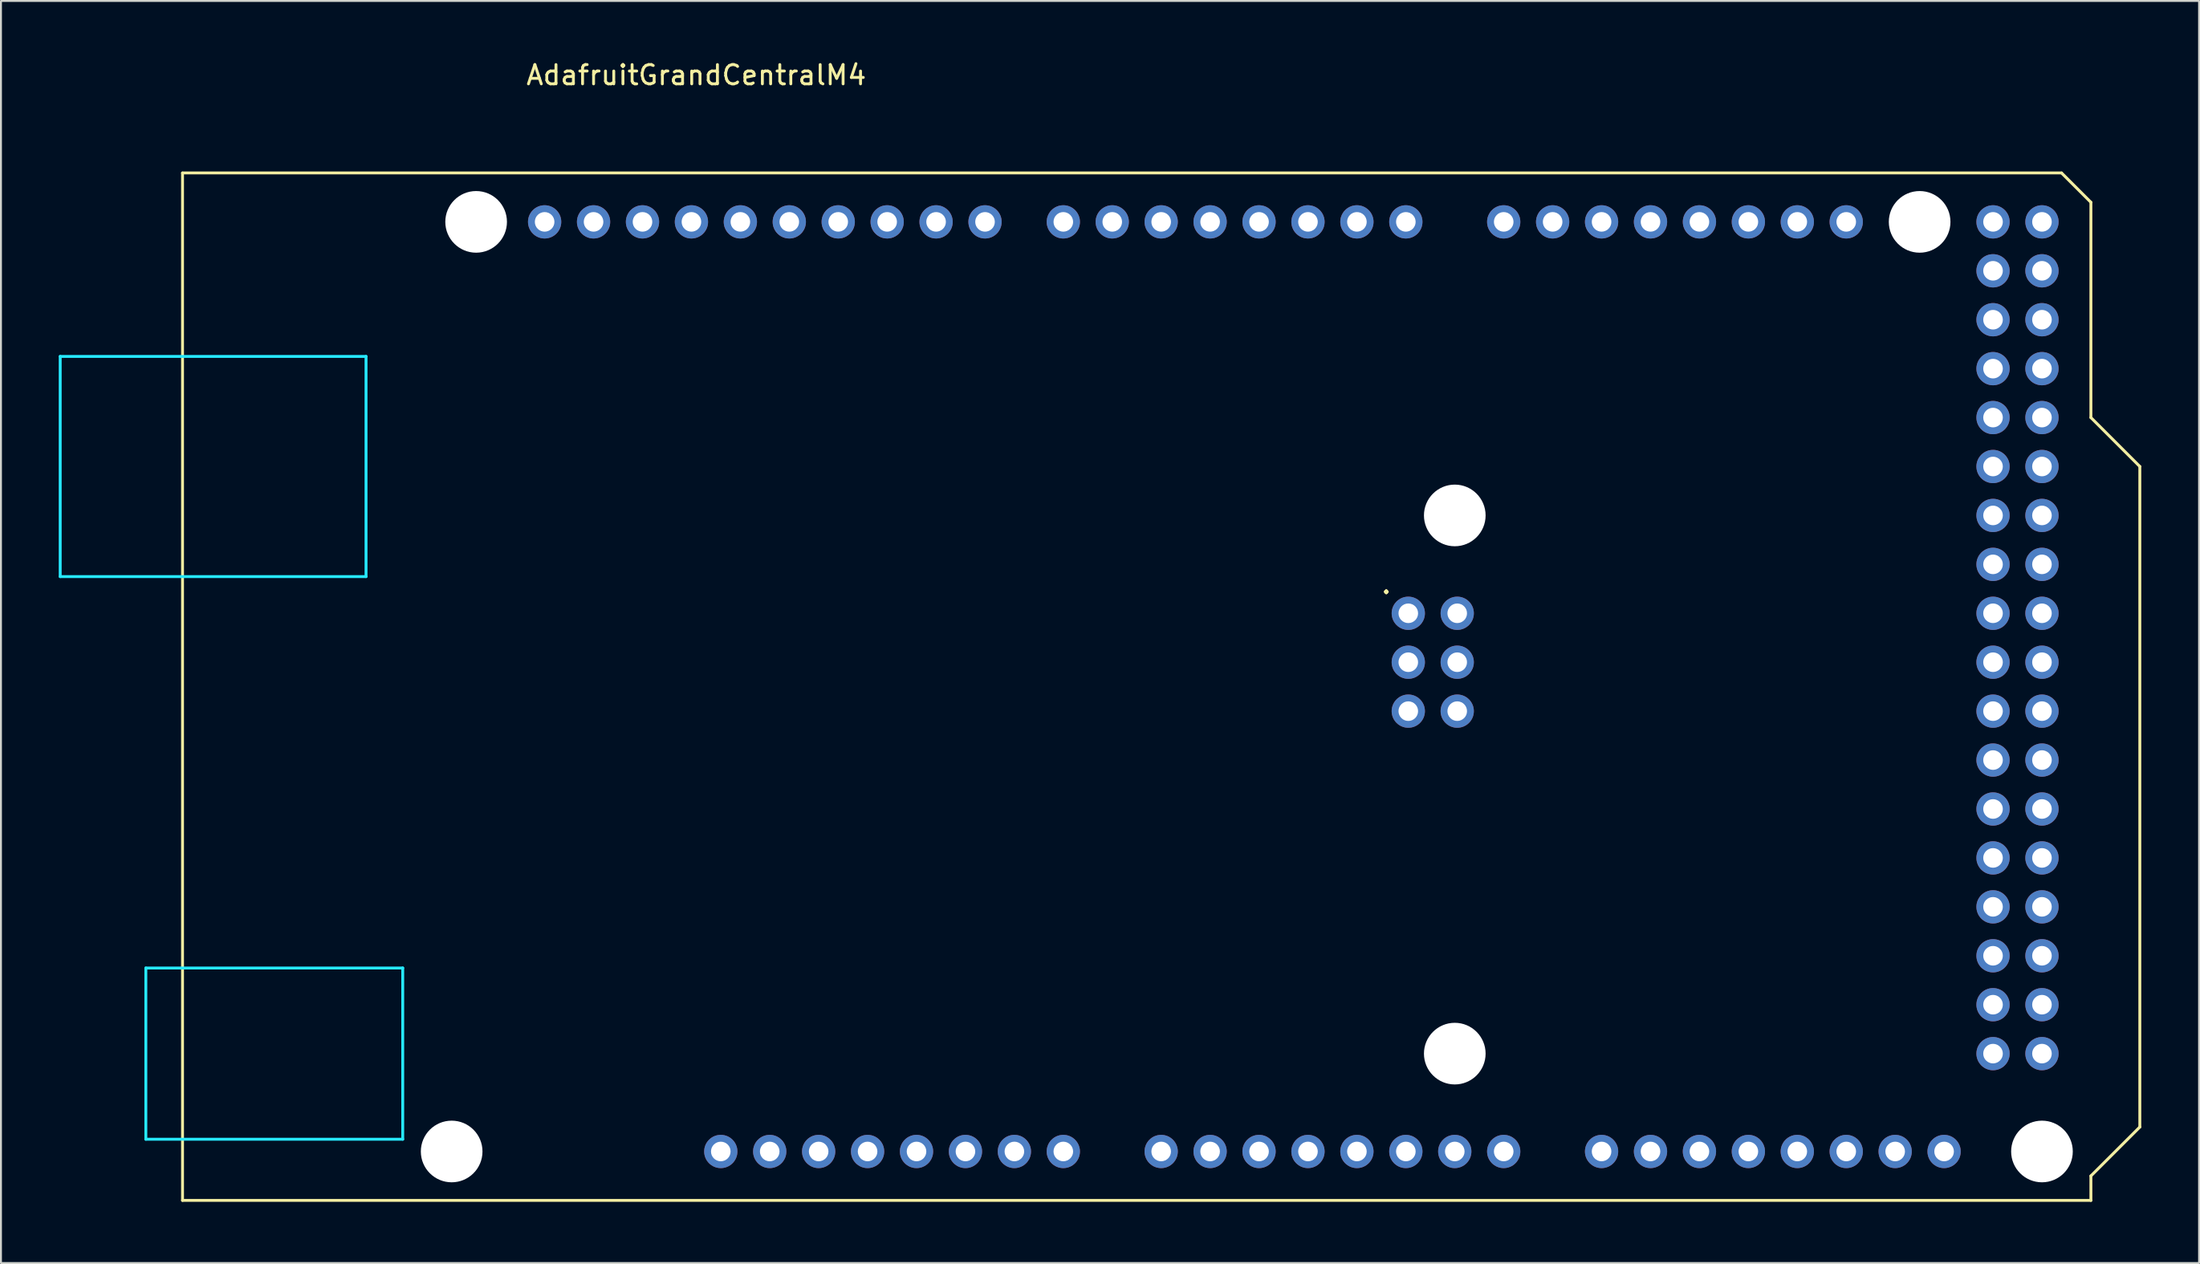
<source format=kicad_pcb>
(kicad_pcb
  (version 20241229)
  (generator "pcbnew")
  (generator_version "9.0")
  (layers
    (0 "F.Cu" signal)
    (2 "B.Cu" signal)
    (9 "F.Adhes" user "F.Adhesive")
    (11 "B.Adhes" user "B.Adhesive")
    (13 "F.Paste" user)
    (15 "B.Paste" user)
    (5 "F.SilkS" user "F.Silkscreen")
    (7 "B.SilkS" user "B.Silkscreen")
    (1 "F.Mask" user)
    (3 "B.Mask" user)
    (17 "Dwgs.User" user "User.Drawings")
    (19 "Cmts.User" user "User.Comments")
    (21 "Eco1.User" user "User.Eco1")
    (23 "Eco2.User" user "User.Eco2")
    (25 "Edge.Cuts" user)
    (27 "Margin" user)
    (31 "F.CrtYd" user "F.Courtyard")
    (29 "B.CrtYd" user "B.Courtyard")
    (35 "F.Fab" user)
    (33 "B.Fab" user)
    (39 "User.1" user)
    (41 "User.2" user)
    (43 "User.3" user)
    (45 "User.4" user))
  (footprint "AdafruitGrandCentralM4"
    (layer "F.Cu")
    (at 6.425 59.268)
    (property "Reference" "AdafruitGrandCentralM4" (at 26.67 -58.42 0) (layer "F.SilkS") (effects (font (size 1 1) (thickness 0.15))))
    (attr through_hole)
    (fp_line (start 0 -53.34) (end 0 0) (stroke (width 0.15) (type solid)) (layer "F.SilkS"))
    (fp_line (start 0 -53.34) (end 97.536 -53.34) (stroke (width 0.15) (type solid)) (layer "F.SilkS"))
    (fp_line (start 0 0) (end 99.06 0) (stroke (width 0.15) (type solid)) (layer "F.SilkS"))
    (fp_line (start 97.536 -53.34) (end 99.06 -51.816) (stroke (width 0.15) (type solid)) (layer "F.SilkS"))
    (fp_line (start 99.06 -40.64) (end 99.06 -51.816) (stroke (width 0.15) (type solid)) (layer "F.SilkS"))
    (fp_line (start 99.06 -1.27) (end 101.6 -3.81) (stroke (width 0.15) (type solid)) (layer "F.SilkS"))
    (fp_line (start 99.06 0) (end 99.06 -1.27) (stroke (width 0.15) (type solid)) (layer "F.SilkS"))
    (fp_line (start 101.6 -38.1) (end 99.06 -40.64) (stroke (width 0.15) (type solid)) (layer "F.SilkS"))
    (fp_line (start 101.6 -3.81) (end 101.6 -38.1) (stroke (width 0.15) (type solid)) (layer "F.SilkS"))
    (fp_line (start -6.35 -43.815) (end -6.35 -32.385) (stroke (width 0.15) (type solid)) (layer "B.CrtYd"))
    (fp_line (start -1.905 -12.065) (end -1.905 -3.175) (stroke (width 0.15) (type solid)) (layer "B.CrtYd"))
    (fp_line (start -1.905 -12.065) (end 11.43 -12.065) (stroke (width 0.15) (type solid)) (layer "B.CrtYd"))
    (fp_line (start -1.905 -3.175) (end 11.43 -3.175) (stroke (width 0.15) (type solid)) (layer "B.CrtYd"))
    (fp_line (start 9.525 -43.815) (end -6.35 -43.815) (stroke (width 0.15) (type solid)) (layer "B.CrtYd"))
    (fp_line (start 9.525 -43.815) (end 9.525 -32.385) (stroke (width 0.15) (type solid)) (layer "B.CrtYd"))
    (fp_line (start 9.525 -32.385) (end -6.35 -32.385) (stroke (width 0.15) (type solid)) (layer "B.CrtYd"))
    (fp_line (start 11.43 -12.065) (end 11.43 -3.175) (stroke (width 0.15) (type solid)) (layer "B.CrtYd"))
    (fp_text user "." (at 62.484 -32.004 0) (layer "F.SilkS") (effects (font (size 1 1) (thickness 0.15))))
    (pad "" np_thru_hole circle (at 13.97 -2.54) (size 3.2 3.2) (drill 3.2) (layers "*.Cu" "*.Mask"))
    (pad "" np_thru_hole circle (at 15.24 -50.8) (size 3.2 3.2) (drill 3.2) (layers "*.Cu" "*.Mask"))
    (pad "" thru_hole oval (at 27.94 -2.54) (size 1.727 1.727) (drill 1.016) (layers "*.Cu" "*.Mask"))
    (pad "" np_thru_hole circle (at 66.04 -35.56) (size 3.2 3.2) (drill 3.2) (layers "*.Cu" "*.Mask"))
    (pad "" np_thru_hole circle (at 66.04 -7.62) (size 3.2 3.2) (drill 3.2) (layers "*.Cu" "*.Mask"))
    (pad "" np_thru_hole circle (at 90.17 -50.8) (size 3.2 3.2) (drill 3.2) (layers "*.Cu" "*.Mask"))
    (pad "" np_thru_hole circle (at 96.52 -2.54) (size 3.2 3.2) (drill 3.2) (layers "*.Cu" "*.Mask"))
    (pad "3V3" thru_hole oval (at 35.56 -2.54) (size 1.727 1.727) (drill 1.016) (layers "*.Cu" "*.Mask"))
    (pad "5V1" thru_hole oval (at 38.1 -2.54) (size 1.727 1.727) (drill 1.016) (layers "*.Cu" "*.Mask"))
    (pad "5V2" thru_hole oval (at 66.167 -30.48) (size 1.727 1.727) (drill 1.016) (layers "*.Cu" "*.Mask"))
    (pad "5V3" thru_hole oval (at 93.98 -50.8) (size 1.727 1.727) (drill 1.016) (layers "*.Cu" "*.Mask"))
    (pad "5V4" thru_hole oval (at 96.52 -50.8) (size 1.727 1.727) (drill 1.016) (layers "*.Cu" "*.Mask"))
    (pad "A0" thru_hole oval (at 50.8 -2.54) (size 1.727 1.727) (drill 1.016) (layers "*.Cu" "*.Mask"))
    (pad "A1" thru_hole oval (at 53.34 -2.54) (size 1.727 1.727) (drill 1.016) (layers "*.Cu" "*.Mask"))
    (pad "A2" thru_hole oval (at 55.88 -2.54) (size 1.727 1.727) (drill 1.016) (layers "*.Cu" "*.Mask"))
    (pad "A3" thru_hole oval (at 58.42 -2.54) (size 1.727 1.727) (drill 1.016) (layers "*.Cu" "*.Mask"))
    (pad "A4" thru_hole oval (at 60.96 -2.54) (size 1.727 1.727) (drill 1.016) (layers "*.Cu" "*.Mask"))
    (pad "A5" thru_hole oval (at 63.5 -2.54) (size 1.727 1.727) (drill 1.016) (layers "*.Cu" "*.Mask"))
    (pad "A6" thru_hole oval (at 66.04 -2.54) (size 1.727 1.727) (drill 1.016) (layers "*.Cu" "*.Mask"))
    (pad "A7" thru_hole oval (at 68.58 -2.54) (size 1.727 1.727) (drill 1.016) (layers "*.Cu" "*.Mask"))
    (pad "A8" thru_hole oval (at 73.66 -2.54) (size 1.727 1.727) (drill 1.016) (layers "*.Cu" "*.Mask"))
    (pad "A9" thru_hole oval (at 76.2 -2.54) (size 1.727 1.727) (drill 1.016) (layers "*.Cu" "*.Mask"))
    (pad "A10" thru_hole oval (at 78.74 -2.54) (size 1.727 1.727) (drill 1.016) (layers "*.Cu" "*.Mask"))
    (pad "A11" thru_hole oval (at 81.28 -2.54) (size 1.727 1.727) (drill 1.016) (layers "*.Cu" "*.Mask"))
    (pad "A12" thru_hole oval (at 83.82 -2.54) (size 1.727 1.727) (drill 1.016) (layers "*.Cu" "*.Mask"))
    (pad "A13" thru_hole oval (at 86.36 -2.54) (size 1.727 1.727) (drill 1.016) (layers "*.Cu" "*.Mask"))
    (pad "A14" thru_hole oval (at 88.9 -2.54) (size 1.727 1.727) (drill 1.016) (layers "*.Cu" "*.Mask"))
    (pad "A15" thru_hole oval (at 91.44 -2.54) (size 1.727 1.727) (drill 1.016) (layers "*.Cu" "*.Mask"))
    (pad "AREF" thru_hole oval (at 23.876 -50.8) (size 1.727 1.727) (drill 1.016) (layers "*.Cu" "*.Mask"))
    (pad "D0" thru_hole oval (at 63.5 -50.8) (size 1.727 1.727) (drill 1.016) (layers "*.Cu" "*.Mask"))
    (pad "D1" thru_hole oval (at 60.96 -50.8) (size 1.727 1.727) (drill 1.016) (layers "*.Cu" "*.Mask"))
    (pad "D2" thru_hole oval (at 58.42 -50.8) (size 1.727 1.727) (drill 1.016) (layers "*.Cu" "*.Mask"))
    (pad "D3" thru_hole oval (at 55.88 -50.8) (size 1.727 1.727) (drill 1.016) (layers "*.Cu" "*.Mask"))
    (pad "D4" thru_hole oval (at 53.34 -50.8) (size 1.727 1.727) (drill 1.016) (layers "*.Cu" "*.Mask"))
    (pad "D5" thru_hole oval (at 50.8 -50.8) (size 1.727 1.727) (drill 1.016) (layers "*.Cu" "*.Mask"))
    (pad "D6" thru_hole oval (at 48.26 -50.8) (size 1.727 1.727) (drill 1.016) (layers "*.Cu" "*.Mask"))
    (pad "D7" thru_hole oval (at 45.72 -50.8) (size 1.727 1.727) (drill 1.016) (layers "*.Cu" "*.Mask"))
    (pad "D8" thru_hole oval (at 41.656 -50.8) (size 1.727 1.727) (drill 1.016) (layers "*.Cu" "*.Mask"))
    (pad "D9" thru_hole oval (at 39.116 -50.8) (size 1.727 1.727) (drill 1.016) (layers "*.Cu" "*.Mask"))
    (pad "D10" thru_hole oval (at 36.576 -50.8) (size 1.727 1.727) (drill 1.016) (layers "*.Cu" "*.Mask"))
    (pad "D11" thru_hole oval (at 34.036 -50.8) (size 1.727 1.727) (drill 1.016) (layers "*.Cu" "*.Mask"))
    (pad "D12" thru_hole oval (at 31.496 -50.8) (size 1.727 1.727) (drill 1.016) (layers "*.Cu" "*.Mask"))
    (pad "D13" thru_hole oval (at 28.956 -50.8) (size 1.727 1.727) (drill 1.016) (layers "*.Cu" "*.Mask"))
    (pad "D14" thru_hole oval (at 68.58 -50.8) (size 1.727 1.727) (drill 1.016) (layers "*.Cu" "*.Mask"))
    (pad "D15" thru_hole oval (at 71.12 -50.8) (size 1.727 1.727) (drill 1.016) (layers "*.Cu" "*.Mask"))
    (pad "D16" thru_hole oval (at 73.66 -50.8) (size 1.727 1.727) (drill 1.016) (layers "*.Cu" "*.Mask"))
    (pad "D17" thru_hole oval (at 76.2 -50.8) (size 1.727 1.727) (drill 1.016) (layers "*.Cu" "*.Mask"))
    (pad "D18" thru_hole oval (at 78.74 -50.8) (size 1.727 1.727) (drill 1.016) (layers "*.Cu" "*.Mask"))
    (pad "D19" thru_hole oval (at 81.28 -50.8) (size 1.727 1.727) (drill 1.016) (layers "*.Cu" "*.Mask"))
    (pad "D20" thru_hole oval (at 83.82 -50.8) (size 1.727 1.727) (drill 1.016) (layers "*.Cu" "*.Mask"))
    (pad "D21" thru_hole oval (at 86.36 -50.8) (size 1.727 1.727) (drill 1.016) (layers "*.Cu" "*.Mask"))
    (pad "D22" thru_hole oval (at 93.98 -48.26) (size 1.727 1.727) (drill 1.016) (layers "*.Cu" "*.Mask"))
    (pad "D23" thru_hole oval (at 96.52 -48.26) (size 1.727 1.727) (drill 1.016) (layers "*.Cu" "*.Mask"))
    (pad "D24" thru_hole oval (at 93.98 -45.72) (size 1.727 1.727) (drill 1.016) (layers "*.Cu" "*.Mask"))
    (pad "D25" thru_hole oval (at 96.52 -45.72) (size 1.727 1.727) (drill 1.016) (layers "*.Cu" "*.Mask"))
    (pad "D26" thru_hole oval (at 93.98 -43.18) (size 1.727 1.727) (drill 1.016) (layers "*.Cu" "*.Mask"))
    (pad "D27" thru_hole oval (at 96.52 -43.18) (size 1.727 1.727) (drill 1.016) (layers "*.Cu" "*.Mask"))
    (pad "D28" thru_hole oval (at 93.98 -40.64) (size 1.727 1.727) (drill 1.016) (layers "*.Cu" "*.Mask"))
    (pad "D29" thru_hole oval (at 96.52 -40.64) (size 1.727 1.727) (drill 1.016) (layers "*.Cu" "*.Mask"))
    (pad "D30" thru_hole oval (at 93.98 -38.1) (size 1.727 1.727) (drill 1.016) (layers "*.Cu" "*.Mask"))
    (pad "D31" thru_hole oval (at 96.52 -38.1) (size 1.727 1.727) (drill 1.016) (layers "*.Cu" "*.Mask"))
    (pad "D32" thru_hole oval (at 93.98 -35.56) (size 1.727 1.727) (drill 1.016) (layers "*.Cu" "*.Mask"))
    (pad "D33" thru_hole oval (at 96.52 -35.56) (size 1.727 1.727) (drill 1.016) (layers "*.Cu" "*.Mask"))
    (pad "D34" thru_hole oval (at 93.98 -33.02) (size 1.727 1.727) (drill 1.016) (layers "*.Cu" "*.Mask"))
    (pad "D35" thru_hole oval (at 96.52 -33.02) (size 1.727 1.727) (drill 1.016) (layers "*.Cu" "*.Mask"))
    (pad "D36" thru_hole oval (at 93.98 -30.48) (size 1.727 1.727) (drill 1.016) (layers "*.Cu" "*.Mask"))
    (pad "D37" thru_hole oval (at 96.52 -30.48) (size 1.727 1.727) (drill 1.016) (layers "*.Cu" "*.Mask"))
    (pad "D38" thru_hole oval (at 93.98 -27.94) (size 1.727 1.727) (drill 1.016) (layers "*.Cu" "*.Mask"))
    (pad "D39" thru_hole oval (at 96.52 -27.94) (size 1.727 1.727) (drill 1.016) (layers "*.Cu" "*.Mask"))
    (pad "D40" thru_hole oval (at 93.98 -25.4) (size 1.727 1.727) (drill 1.016) (layers "*.Cu" "*.Mask"))
    (pad "D41" thru_hole oval (at 96.52 -25.4) (size 1.727 1.727) (drill 1.016) (layers "*.Cu" "*.Mask"))
    (pad "D42" thru_hole oval (at 93.98 -22.86) (size 1.727 1.727) (drill 1.016) (layers "*.Cu" "*.Mask"))
    (pad "D43" thru_hole oval (at 96.52 -22.86) (size 1.727 1.727) (drill 1.016) (layers "*.Cu" "*.Mask"))
    (pad "D44" thru_hole oval (at 93.98 -20.32) (size 1.727 1.727) (drill 1.016) (layers "*.Cu" "*.Mask"))
    (pad "D45" thru_hole oval (at 96.52 -20.32) (size 1.727 1.727) (drill 1.016) (layers "*.Cu" "*.Mask"))
    (pad "D46" thru_hole oval (at 93.98 -17.78) (size 1.727 1.727) (drill 1.016) (layers "*.Cu" "*.Mask"))
    (pad "D47" thru_hole oval (at 96.52 -17.78) (size 1.727 1.727) (drill 1.016) (layers "*.Cu" "*.Mask"))
    (pad "D48" thru_hole oval (at 93.98 -15.24) (size 1.727 1.727) (drill 1.016) (layers "*.Cu" "*.Mask"))
    (pad "D49" thru_hole oval (at 96.52 -15.24) (size 1.727 1.727) (drill 1.016) (layers "*.Cu" "*.Mask"))
    (pad "D50" thru_hole oval (at 93.98 -12.7) (size 1.727 1.727) (drill 1.016) (layers "*.Cu" "*.Mask"))
    (pad "D51" thru_hole oval (at 96.52 -12.7) (size 1.727 1.727) (drill 1.016) (layers "*.Cu" "*.Mask"))
    (pad "D52" thru_hole oval (at 93.98 -10.16) (size 1.727 1.727) (drill 1.016) (layers "*.Cu" "*.Mask"))
    (pad "D53" thru_hole oval (at 96.52 -10.16) (size 1.727 1.727) (drill 1.016) (layers "*.Cu" "*.Mask"))
    (pad "GND1" thru_hole oval (at 26.416 -50.8) (size 1.727 1.727) (drill 1.016) (layers "*.Cu" "*.Mask"))
    (pad "GND2" thru_hole oval (at 40.64 -2.54) (size 1.727 1.727) (drill 1.016) (layers "*.Cu" "*.Mask"))
    (pad "GND3" thru_hole oval (at 43.18 -2.54) (size 1.727 1.727) (drill 1.016) (layers "*.Cu" "*.Mask"))
    (pad "GND4" thru_hole oval (at 66.167 -25.4) (size 1.727 1.727) (drill 1.016) (layers "*.Cu" "*.Mask"))
    (pad "GND5" thru_hole oval (at 93.98 -7.62) (size 1.727 1.727) (drill 1.016) (layers "*.Cu" "*.Mask"))
    (pad "GND6" thru_hole oval (at 96.52 -7.62) (size 1.727 1.727) (drill 1.016) (layers "*.Cu" "*.Mask"))
    (pad "IORF" thru_hole oval (at 30.48 -2.54) (size 1.727 1.727) (drill 1.016) (layers "*.Cu" "*.Mask"))
    (pad "MISO" thru_hole oval (at 63.627 -30.48) (size 1.727 1.727) (drill 1.016) (layers "*.Cu" "*.Mask"))
    (pad "MOSI" thru_hole oval (at 66.167 -27.94) (size 1.727 1.727) (drill 1.016) (layers "*.Cu" "*.Mask"))
    (pad "RST1" thru_hole oval (at 33.02 -2.54) (size 1.727 1.727) (drill 1.016) (layers "*.Cu" "*.Mask"))
    (pad "RST2" thru_hole oval (at 63.627 -25.4) (size 1.727 1.727) (drill 1.016) (layers "*.Cu" "*.Mask"))
    (pad "SCK" thru_hole oval (at 63.627 -27.94) (size 1.727 1.727) (drill 1.016) (layers "*.Cu" "*.Mask"))
    (pad "SCL" thru_hole oval (at 18.796 -50.8) (size 1.727 1.727) (drill 1.016) (layers "*.Cu" "*.Mask"))
    (pad "SDA" thru_hole oval (at 21.336 -50.8) (size 1.727 1.727) (drill 1.016) (layers "*.Cu" "*.Mask"))
    (pad "VIN" thru_hole oval (at 45.72 -2.54) (size 1.727 1.727) (drill 1.016) (layers "*.Cu" "*.Mask")))
  (gr_rect
    (start -3 -3)
    (end 111.1 62.518)
    (stroke (width 0.1) (type default))
    (fill no)
    (layer "Edge.Cuts")))
</source>
